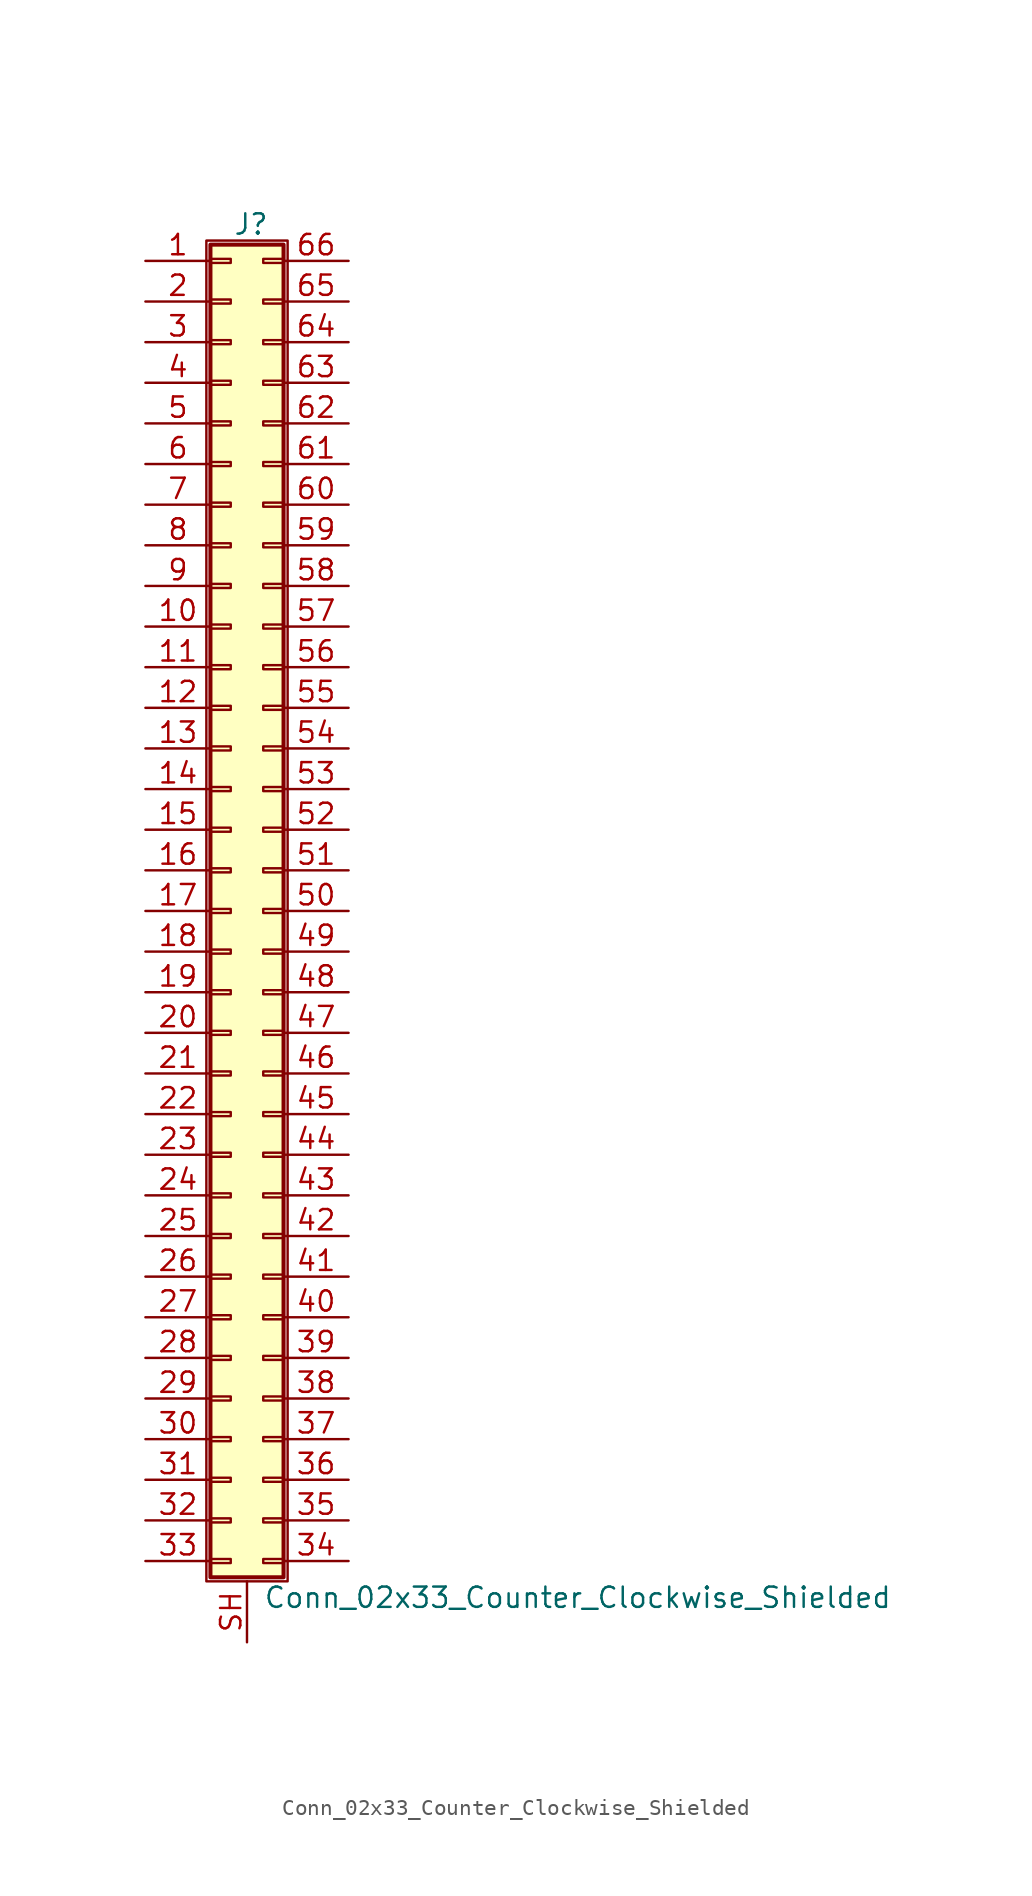
<source format=kicad_sym>
(kicad_symbol_lib
  (version 20220914)
  (generator kicad_symbol_editor)
  (symbol "Conn_02x33_Counter_Clockwise_Shielded"
    (pin_names
      (offset 1.016) hide)
    (property "Reference" "J"
      (at 1.524 42.926 0)
      (effects (font (size 1.27 1.27))))
    (property "Value" "Conn_02x33_Counter_Clockwise_Shielded"
      (at 2.286 -42.926 0)
      (effects (font (size 1.27 1.27)) (justify left)))
    (symbol "Conn_02x33_Counter_Clockwise_Shielded_1_1"
      (rectangle (start -1.27 41.91) (end 3.81 -41.91) (stroke (width 0.152) (type default)) (fill (type none)))
      (rectangle (start -1.016 -40.513) (end 0.254 -40.767) (stroke (width 0.152) (type default)) (fill (type none)))
      (rectangle (start -1.016 -37.973) (end 0.254 -38.227) (stroke (width 0.152) (type default)) (fill (type none)))
      (rectangle (start -1.016 -35.433) (end 0.254 -35.687) (stroke (width 0.152) (type default)) (fill (type none)))
      (rectangle (start -1.016 -32.893) (end 0.254 -33.147) (stroke (width 0.152) (type default)) (fill (type none)))
      (rectangle (start -1.016 -30.353) (end 0.254 -30.607) (stroke (width 0.152) (type default)) (fill (type none)))
      (rectangle (start -1.016 -27.813) (end 0.254 -28.067) (stroke (width 0.152) (type default)) (fill (type none)))
      (rectangle (start -1.016 -25.273) (end 0.254 -25.527) (stroke (width 0.152) (type default)) (fill (type none)))
      (rectangle (start -1.016 -22.733) (end 0.254 -22.987) (stroke (width 0.152) (type default)) (fill (type none)))
      (rectangle (start -1.016 -20.193) (end 0.254 -20.447) (stroke (width 0.152) (type default)) (fill (type none)))
      (rectangle (start -1.016 -17.653) (end 0.254 -17.907) (stroke (width 0.152) (type default)) (fill (type none)))
      (rectangle (start -1.016 -15.113) (end 0.254 -15.367) (stroke (width 0.152) (type default)) (fill (type none)))
      (rectangle (start -1.016 -12.573) (end 0.254 -12.827) (stroke (width 0.152) (type default)) (fill (type none)))
      (rectangle (start -1.016 -10.033) (end 0.254 -10.287) (stroke (width 0.152) (type default)) (fill (type none)))
      (rectangle (start -1.016 -7.493) (end 0.254 -7.747) (stroke (width 0.152) (type default)) (fill (type none)))
      (rectangle (start -1.016 -4.953) (end 0.254 -5.207) (stroke (width 0.152) (type default)) (fill (type none)))
      (rectangle (start -1.016 -2.413) (end 0.254 -2.667) (stroke (width 0.152) (type default)) (fill (type none)))
      (rectangle (start -1.016 0.127) (end 0.254 -0.127) (stroke (width 0.152) (type default)) (fill (type none)))
      (rectangle (start -1.016 2.667) (end 0.254 2.413) (stroke (width 0.152) (type default)) (fill (type none)))
      (rectangle (start -1.016 5.207) (end 0.254 4.953) (stroke (width 0.152) (type default)) (fill (type none)))
      (rectangle (start -1.016 7.747) (end 0.254 7.493) (stroke (width 0.152) (type default)) (fill (type none)))
      (rectangle (start -1.016 10.287) (end 0.254 10.033) (stroke (width 0.152) (type default)) (fill (type none)))
      (rectangle (start -1.016 12.827) (end 0.254 12.573) (stroke (width 0.152) (type default)) (fill (type none)))
      (rectangle (start -1.016 15.367) (end 0.254 15.113) (stroke (width 0.152) (type default)) (fill (type none)))
      (rectangle (start -1.016 17.907) (end 0.254 17.653) (stroke (width 0.152) (type default)) (fill (type none)))
      (rectangle (start -1.016 20.447) (end 0.254 20.193) (stroke (width 0.152) (type default)) (fill (type none)))
      (rectangle (start -1.016 22.987) (end 0.254 22.733) (stroke (width 0.152) (type default)) (fill (type none)))
      (rectangle (start -1.016 25.527) (end 0.254 25.273) (stroke (width 0.152) (type default)) (fill (type none)))
      (rectangle (start -1.016 28.067) (end 0.254 27.813) (stroke (width 0.152) (type default)) (fill (type none)))
      (rectangle (start -1.016 30.607) (end 0.254 30.353) (stroke (width 0.152) (type default)) (fill (type none)))
      (rectangle (start -1.016 33.147) (end 0.254 32.893) (stroke (width 0.152) (type default)) (fill (type none)))
      (rectangle (start -1.016 35.687) (end 0.254 35.433) (stroke (width 0.152) (type default)) (fill (type none)))
      (rectangle (start -1.016 38.227) (end 0.254 37.973) (stroke (width 0.152) (type default)) (fill (type none)))
      (rectangle (start -1.016 40.767) (end 0.254 40.513) (stroke (width 0.152) (type default)) (fill (type none)))
      (rectangle (start -1.016 41.656) (end 3.556 -41.656) (stroke (width 0.254) (type default)) (fill (type background)))
      (rectangle (start 3.556 -40.513) (end 2.286 -40.767) (stroke (width 0.152) (type default)) (fill (type none)))
      (rectangle (start 3.556 -37.973) (end 2.286 -38.227) (stroke (width 0.152) (type default)) (fill (type none)))
      (rectangle (start 3.556 -35.433) (end 2.286 -35.687) (stroke (width 0.152) (type default)) (fill (type none)))
      (rectangle (start 3.556 -32.893) (end 2.286 -33.147) (stroke (width 0.152) (type default)) (fill (type none)))
      (rectangle (start 3.556 -30.353) (end 2.286 -30.607) (stroke (width 0.152) (type default)) (fill (type none)))
      (rectangle (start 3.556 -27.813) (end 2.286 -28.067) (stroke (width 0.152) (type default)) (fill (type none)))
      (rectangle (start 3.556 -25.273) (end 2.286 -25.527) (stroke (width 0.152) (type default)) (fill (type none)))
      (rectangle (start 3.556 -22.733) (end 2.286 -22.987) (stroke (width 0.152) (type default)) (fill (type none)))
      (rectangle (start 3.556 -20.193) (end 2.286 -20.447) (stroke (width 0.152) (type default)) (fill (type none)))
      (rectangle (start 3.556 -17.653) (end 2.286 -17.907) (stroke (width 0.152) (type default)) (fill (type none)))
      (rectangle (start 3.556 -15.113) (end 2.286 -15.367) (stroke (width 0.152) (type default)) (fill (type none)))
      (rectangle (start 3.556 -12.573) (end 2.286 -12.827) (stroke (width 0.152) (type default)) (fill (type none)))
      (rectangle (start 3.556 -10.033) (end 2.286 -10.287) (stroke (width 0.152) (type default)) (fill (type none)))
      (rectangle (start 3.556 -7.493) (end 2.286 -7.747) (stroke (width 0.152) (type default)) (fill (type none)))
      (rectangle (start 3.556 -4.953) (end 2.286 -5.207) (stroke (width 0.152) (type default)) (fill (type none)))
      (rectangle (start 3.556 -2.413) (end 2.286 -2.667) (stroke (width 0.152) (type default)) (fill (type none)))
      (rectangle (start 3.556 0.127) (end 2.286 -0.127) (stroke (width 0.152) (type default)) (fill (type none)))
      (rectangle (start 3.556 2.667) (end 2.286 2.413) (stroke (width 0.152) (type default)) (fill (type none)))
      (rectangle (start 3.556 5.207) (end 2.286 4.953) (stroke (width 0.152) (type default)) (fill (type none)))
      (rectangle (start 3.556 7.747) (end 2.286 7.493) (stroke (width 0.152) (type default)) (fill (type none)))
      (rectangle (start 3.556 10.287) (end 2.286 10.033) (stroke (width 0.152) (type default)) (fill (type none)))
      (rectangle (start 3.556 12.827) (end 2.286 12.573) (stroke (width 0.152) (type default)) (fill (type none)))
      (rectangle (start 3.556 15.367) (end 2.286 15.113) (stroke (width 0.152) (type default)) (fill (type none)))
      (rectangle (start 3.556 17.907) (end 2.286 17.653) (stroke (width 0.152) (type default)) (fill (type none)))
      (rectangle (start 3.556 20.447) (end 2.286 20.193) (stroke (width 0.152) (type default)) (fill (type none)))
      (rectangle (start 3.556 22.987) (end 2.286 22.733) (stroke (width 0.152) (type default)) (fill (type none)))
      (rectangle (start 3.556 25.527) (end 2.286 25.273) (stroke (width 0.152) (type default)) (fill (type none)))
      (rectangle (start 3.556 28.067) (end 2.286 27.813) (stroke (width 0.152) (type default)) (fill (type none)))
      (rectangle (start 3.556 30.607) (end 2.286 30.353) (stroke (width 0.152) (type default)) (fill (type none)))
      (rectangle (start 3.556 33.147) (end 2.286 32.893) (stroke (width 0.152) (type default)) (fill (type none)))
      (rectangle (start 3.556 35.687) (end 2.286 35.433) (stroke (width 0.152) (type default)) (fill (type none)))
      (rectangle (start 3.556 38.227) (end 2.286 37.973) (stroke (width 0.152) (type default)) (fill (type none)))
      (rectangle (start 3.556 40.767) (end 2.286 40.513) (stroke (width 0.152) (type default)) (fill (type none)))
      (pin passive line (at -5.08 40.64 0) (length 4.064) (name "Pin_1" (effects (font (size 1.27 1.27)))) (number "1" (effects (font (size 1.27 1.27)))))
      (pin passive line (at -5.08 17.78 0) (length 4.064) (name "Pin_10" (effects (font (size 1.27 1.27)))) (number "10" (effects (font (size 1.27 1.27)))))
      (pin passive line (at -5.08 15.24 0) (length 4.064) (name "Pin_11" (effects (font (size 1.27 1.27)))) (number "11" (effects (font (size 1.27 1.27)))))
      (pin passive line (at -5.08 12.7 0) (length 4.064) (name "Pin_12" (effects (font (size 1.27 1.27)))) (number "12" (effects (font (size 1.27 1.27)))))
      (pin passive line (at -5.08 10.16 0) (length 4.064) (name "Pin_13" (effects (font (size 1.27 1.27)))) (number "13" (effects (font (size 1.27 1.27)))))
      (pin passive line (at -5.08 7.62 0) (length 4.064) (name "Pin_14" (effects (font (size 1.27 1.27)))) (number "14" (effects (font (size 1.27 1.27)))))
      (pin passive line (at -5.08 5.08 0) (length 4.064) (name "Pin_15" (effects (font (size 1.27 1.27)))) (number "15" (effects (font (size 1.27 1.27)))))
      (pin passive line (at -5.08 2.54 0) (length 4.064) (name "Pin_16" (effects (font (size 1.27 1.27)))) (number "16" (effects (font (size 1.27 1.27)))))
      (pin passive line (at -5.08 0 0) (length 4.064) (name "Pin_17" (effects (font (size 1.27 1.27)))) (number "17" (effects (font (size 1.27 1.27)))))
      (pin passive line (at -5.08 -2.54 0) (length 4.064) (name "Pin_18" (effects (font (size 1.27 1.27)))) (number "18" (effects (font (size 1.27 1.27)))))
      (pin passive line (at -5.08 -5.08 0) (length 4.064) (name "Pin_19" (effects (font (size 1.27 1.27)))) (number "19" (effects (font (size 1.27 1.27)))))
      (pin passive line (at -5.08 38.1 0) (length 4.064) (name "Pin_2" (effects (font (size 1.27 1.27)))) (number "2" (effects (font (size 1.27 1.27)))))
      (pin passive line (at -5.08 -7.62 0) (length 4.064) (name "Pin_20" (effects (font (size 1.27 1.27)))) (number "20" (effects (font (size 1.27 1.27)))))
      (pin passive line (at -5.08 -10.16 0) (length 4.064) (name "Pin_21" (effects (font (size 1.27 1.27)))) (number "21" (effects (font (size 1.27 1.27)))))
      (pin passive line (at -5.08 -12.7 0) (length 4.064) (name "Pin_22" (effects (font (size 1.27 1.27)))) (number "22" (effects (font (size 1.27 1.27)))))
      (pin passive line (at -5.08 -15.24 0) (length 4.064) (name "Pin_23" (effects (font (size 1.27 1.27)))) (number "23" (effects (font (size 1.27 1.27)))))
      (pin passive line (at -5.08 -17.78 0) (length 4.064) (name "Pin_24" (effects (font (size 1.27 1.27)))) (number "24" (effects (font (size 1.27 1.27)))))
      (pin passive line (at -5.08 -20.32 0) (length 4.064) (name "Pin_25" (effects (font (size 1.27 1.27)))) (number "25" (effects (font (size 1.27 1.27)))))
      (pin passive line (at -5.08 -22.86 0) (length 4.064) (name "Pin_26" (effects (font (size 1.27 1.27)))) (number "26" (effects (font (size 1.27 1.27)))))
      (pin passive line (at -5.08 -25.4 0) (length 4.064) (name "Pin_27" (effects (font (size 1.27 1.27)))) (number "27" (effects (font (size 1.27 1.27)))))
      (pin passive line (at -5.08 -27.94 0) (length 4.064) (name "Pin_28" (effects (font (size 1.27 1.27)))) (number "28" (effects (font (size 1.27 1.27)))))
      (pin passive line (at -5.08 -30.48 0) (length 4.064) (name "Pin_29" (effects (font (size 1.27 1.27)))) (number "29" (effects (font (size 1.27 1.27)))))
      (pin passive line (at -5.08 35.56 0) (length 4.064) (name "Pin_3" (effects (font (size 1.27 1.27)))) (number "3" (effects (font (size 1.27 1.27)))))
      (pin passive line (at -5.08 -33.02 0) (length 4.064) (name "Pin_30" (effects (font (size 1.27 1.27)))) (number "30" (effects (font (size 1.27 1.27)))))
      (pin passive line (at -5.08 -35.56 0) (length 4.064) (name "Pin_31" (effects (font (size 1.27 1.27)))) (number "31" (effects (font (size 1.27 1.27)))))
      (pin passive line (at -5.08 -38.1 0) (length 4.064) (name "Pin_32" (effects (font (size 1.27 1.27)))) (number "32" (effects (font (size 1.27 1.27)))))
      (pin passive line (at -5.08 -40.64 0) (length 4.064) (name "Pin_33" (effects (font (size 1.27 1.27)))) (number "33" (effects (font (size 1.27 1.27)))))
      (pin passive line (at 7.62 -40.64 180) (length 4.064) (name "Pin_34" (effects (font (size 1.27 1.27)))) (number "34" (effects (font (size 1.27 1.27)))))
      (pin passive line (at 7.62 -38.1 180) (length 4.064) (name "Pin_35" (effects (font (size 1.27 1.27)))) (number "35" (effects (font (size 1.27 1.27)))))
      (pin passive line (at 7.62 -35.56 180) (length 4.064) (name "Pin_36" (effects (font (size 1.27 1.27)))) (number "36" (effects (font (size 1.27 1.27)))))
      (pin passive line (at 7.62 -33.02 180) (length 4.064) (name "Pin_37" (effects (font (size 1.27 1.27)))) (number "37" (effects (font (size 1.27 1.27)))))
      (pin passive line (at 7.62 -30.48 180) (length 4.064) (name "Pin_38" (effects (font (size 1.27 1.27)))) (number "38" (effects (font (size 1.27 1.27)))))
      (pin passive line (at 7.62 -27.94 180) (length 4.064) (name "Pin_39" (effects (font (size 1.27 1.27)))) (number "39" (effects (font (size 1.27 1.27)))))
      (pin passive line (at -5.08 33.02 0) (length 4.064) (name "Pin_4" (effects (font (size 1.27 1.27)))) (number "4" (effects (font (size 1.27 1.27)))))
      (pin passive line (at 7.62 -25.4 180) (length 4.064) (name "Pin_40" (effects (font (size 1.27 1.27)))) (number "40" (effects (font (size 1.27 1.27)))))
      (pin passive line (at 7.62 -22.86 180) (length 4.064) (name "Pin_41" (effects (font (size 1.27 1.27)))) (number "41" (effects (font (size 1.27 1.27)))))
      (pin passive line (at 7.62 -20.32 180) (length 4.064) (name "Pin_42" (effects (font (size 1.27 1.27)))) (number "42" (effects (font (size 1.27 1.27)))))
      (pin passive line (at 7.62 -17.78 180) (length 4.064) (name "Pin_43" (effects (font (size 1.27 1.27)))) (number "43" (effects (font (size 1.27 1.27)))))
      (pin passive line (at 7.62 -15.24 180) (length 4.064) (name "Pin_44" (effects (font (size 1.27 1.27)))) (number "44" (effects (font (size 1.27 1.27)))))
      (pin passive line (at 7.62 -12.7 180) (length 4.064) (name "Pin_45" (effects (font (size 1.27 1.27)))) (number "45" (effects (font (size 1.27 1.27)))))
      (pin passive line (at 7.62 -10.16 180) (length 4.064) (name "Pin_46" (effects (font (size 1.27 1.27)))) (number "46" (effects (font (size 1.27 1.27)))))
      (pin passive line (at 7.62 -7.62 180) (length 4.064) (name "Pin_47" (effects (font (size 1.27 1.27)))) (number "47" (effects (font (size 1.27 1.27)))))
      (pin passive line (at 7.62 -5.08 180) (length 4.064) (name "Pin_48" (effects (font (size 1.27 1.27)))) (number "48" (effects (font (size 1.27 1.27)))))
      (pin passive line (at 7.62 -2.54 180) (length 4.064) (name "Pin_49" (effects (font (size 1.27 1.27)))) (number "49" (effects (font (size 1.27 1.27)))))
      (pin passive line (at -5.08 30.48 0) (length 4.064) (name "Pin_5" (effects (font (size 1.27 1.27)))) (number "5" (effects (font (size 1.27 1.27)))))
      (pin passive line (at 7.62 0 180) (length 4.064) (name "Pin_50" (effects (font (size 1.27 1.27)))) (number "50" (effects (font (size 1.27 1.27)))))
      (pin passive line (at 7.62 2.54 180) (length 4.064) (name "Pin_51" (effects (font (size 1.27 1.27)))) (number "51" (effects (font (size 1.27 1.27)))))
      (pin passive line (at 7.62 5.08 180) (length 4.064) (name "Pin_52" (effects (font (size 1.27 1.27)))) (number "52" (effects (font (size 1.27 1.27)))))
      (pin passive line (at 7.62 7.62 180) (length 4.064) (name "Pin_53" (effects (font (size 1.27 1.27)))) (number "53" (effects (font (size 1.27 1.27)))))
      (pin passive line (at 7.62 10.16 180) (length 4.064) (name "Pin_54" (effects (font (size 1.27 1.27)))) (number "54" (effects (font (size 1.27 1.27)))))
      (pin passive line (at 7.62 12.7 180) (length 4.064) (name "Pin_55" (effects (font (size 1.27 1.27)))) (number "55" (effects (font (size 1.27 1.27)))))
      (pin passive line (at 7.62 15.24 180) (length 4.064) (name "Pin_56" (effects (font (size 1.27 1.27)))) (number "56" (effects (font (size 1.27 1.27)))))
      (pin passive line (at 7.62 17.78 180) (length 4.064) (name "Pin_57" (effects (font (size 1.27 1.27)))) (number "57" (effects (font (size 1.27 1.27)))))
      (pin passive line (at 7.62 20.32 180) (length 4.064) (name "Pin_58" (effects (font (size 1.27 1.27)))) (number "58" (effects (font (size 1.27 1.27)))))
      (pin passive line (at 7.62 22.86 180) (length 4.064) (name "Pin_59" (effects (font (size 1.27 1.27)))) (number "59" (effects (font (size 1.27 1.27)))))
      (pin passive line (at -5.08 27.94 0) (length 4.064) (name "Pin_6" (effects (font (size 1.27 1.27)))) (number "6" (effects (font (size 1.27 1.27)))))
      (pin passive line (at 7.62 25.4 180) (length 4.064) (name "Pin_60" (effects (font (size 1.27 1.27)))) (number "60" (effects (font (size 1.27 1.27)))))
      (pin passive line (at 7.62 27.94 180) (length 4.064) (name "Pin_61" (effects (font (size 1.27 1.27)))) (number "61" (effects (font (size 1.27 1.27)))))
      (pin passive line (at 7.62 30.48 180) (length 4.064) (name "Pin_62" (effects (font (size 1.27 1.27)))) (number "62" (effects (font (size 1.27 1.27)))))
      (pin passive line (at 7.62 33.02 180) (length 4.064) (name "Pin_63" (effects (font (size 1.27 1.27)))) (number "63" (effects (font (size 1.27 1.27)))))
      (pin passive line (at 7.62 35.56 180) (length 4.064) (name "Pin_64" (effects (font (size 1.27 1.27)))) (number "64" (effects (font (size 1.27 1.27)))))
      (pin passive line (at 7.62 38.1 180) (length 4.064) (name "Pin_65" (effects (font (size 1.27 1.27)))) (number "65" (effects (font (size 1.27 1.27)))))
      (pin passive line (at 7.62 40.64 180) (length 4.064) (name "Pin_66" (effects (font (size 1.27 1.27)))) (number "66" (effects (font (size 1.27 1.27)))))
      (pin passive line (at -5.08 25.4 0) (length 4.064) (name "Pin_7" (effects (font (size 1.27 1.27)))) (number "7" (effects (font (size 1.27 1.27)))))
      (pin passive line (at -5.08 22.86 0) (length 4.064) (name "Pin_8" (effects (font (size 1.27 1.27)))) (number "8" (effects (font (size 1.27 1.27)))))
      (pin passive line (at -5.08 20.32 0) (length 4.064) (name "Pin_9" (effects (font (size 1.27 1.27)))) (number "9" (effects (font (size 1.27 1.27)))))
      (pin passive line (at 1.27 -45.72 90) (length 3.81) (name "Shield" (effects (font (size 1.27 1.27)))) (number "SH" (effects (font (size 1.27 1.27))))))))
</source>
